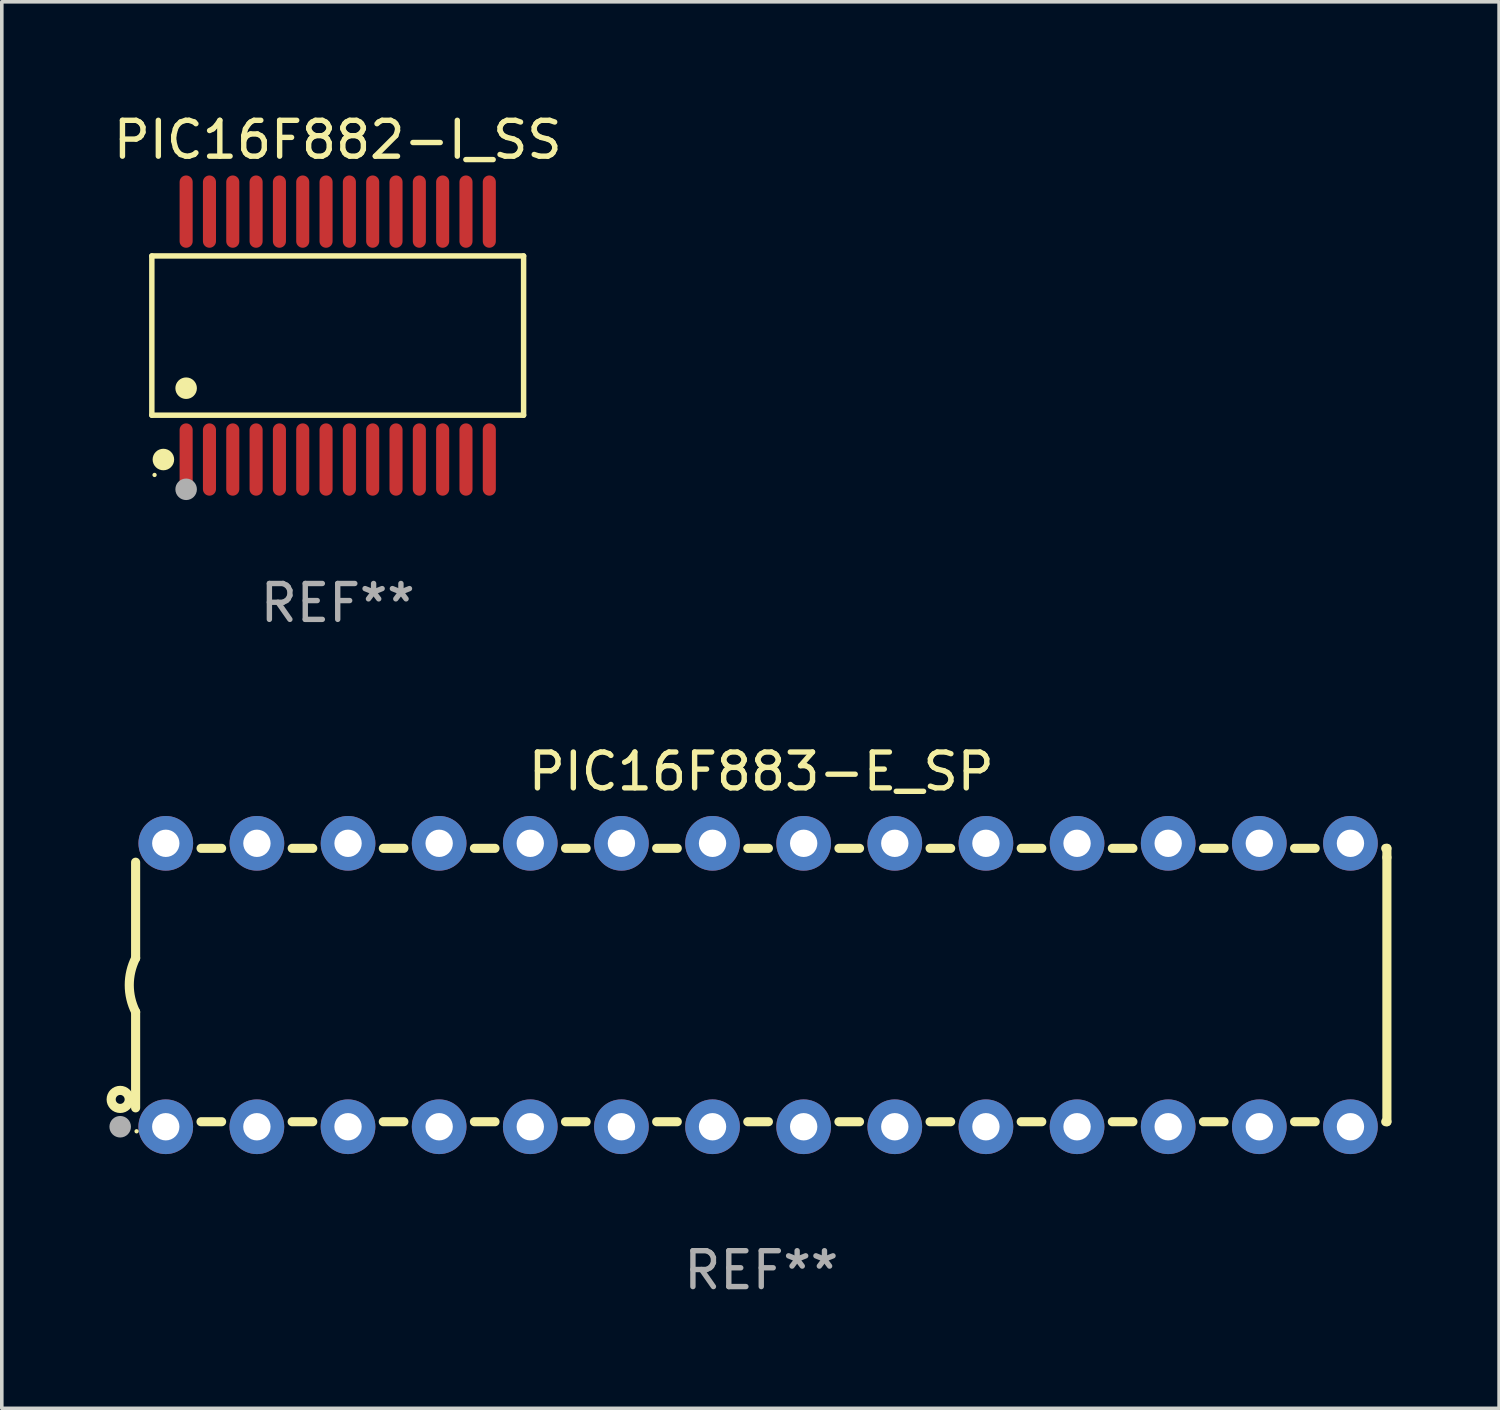
<source format=kicad_pcb>
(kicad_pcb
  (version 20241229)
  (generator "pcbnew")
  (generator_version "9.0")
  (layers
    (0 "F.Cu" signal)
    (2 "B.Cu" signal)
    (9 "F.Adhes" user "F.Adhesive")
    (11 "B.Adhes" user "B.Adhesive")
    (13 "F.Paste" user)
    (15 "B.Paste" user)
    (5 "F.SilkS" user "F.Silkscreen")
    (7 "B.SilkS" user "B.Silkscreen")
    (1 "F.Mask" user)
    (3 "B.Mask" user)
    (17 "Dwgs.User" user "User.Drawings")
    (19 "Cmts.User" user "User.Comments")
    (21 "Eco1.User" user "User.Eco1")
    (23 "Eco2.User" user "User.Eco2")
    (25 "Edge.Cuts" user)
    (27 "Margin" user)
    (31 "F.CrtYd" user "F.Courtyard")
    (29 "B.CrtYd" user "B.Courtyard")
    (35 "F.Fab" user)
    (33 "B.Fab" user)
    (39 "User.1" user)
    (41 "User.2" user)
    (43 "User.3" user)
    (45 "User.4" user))
  (footprint "PIC16F882-I_SS"
    (layer "F.Cu")
    (at 6.363 6.303)
    (property "Reference" "PIC16F882-I_SS" (at 0 -5.455 0) (layer "F.SilkS") (effects (font (size 1 1) (thickness 0.15))))
    (attr through_hole)
    (fp_line (start -5.181 -2.219) (end 5.181 -2.219) (stroke (width 0.152) (type solid)) (layer "F.SilkS"))
    (fp_line (start -5.181 2.219) (end -5.181 -2.219) (stroke (width 0.152) (type solid)) (layer "F.SilkS"))
    (fp_line (start 5.181 -2.219) (end 5.181 2.219) (stroke (width 0.152) (type solid)) (layer "F.SilkS"))
    (fp_line (start 5.181 2.219) (end -5.181 2.219) (stroke (width 0.152) (type solid)) (layer "F.SilkS"))
    (fp_circle (center -5.105 3.885) (end -5.075 3.885) (stroke (width 0.06) (type solid)) (fill no) (layer "F.SilkS"))
    (fp_circle (center -4.859 3.455) (end -4.709 3.455) (stroke (width 0.3) (type solid)) (fill no) (layer "F.SilkS"))
    (fp_circle (center -4.225 1.467) (end -4.075 1.467) (stroke (width 0.3) (type solid)) (fill no) (layer "F.SilkS"))
    (fp_circle (center -4.225 4.285) (end -4.075 4.285) (stroke (width 0.3) (type solid)) (fill no) (layer "F.Fab"))
    (fp_text user "REF**" (at 0 7.455 0) (layer "F.Fab") (effects (font (size 1 1) (thickness 0.15))))
    (pad "1" smd oval (at -4.225 3.455) (size 0.364 2.015) (layers "F.Cu" "F.Mask" "F.Paste"))
    (pad "2" smd oval (at -3.575 3.455) (size 0.364 2.015) (layers "F.Cu" "F.Mask" "F.Paste"))
    (pad "3" smd oval (at -2.925 3.455) (size 0.364 2.015) (layers "F.Cu" "F.Mask" "F.Paste"))
    (pad "4" smd oval (at -2.275 3.455) (size 0.364 2.015) (layers "F.Cu" "F.Mask" "F.Paste"))
    (pad "5" smd oval (at -1.625 3.455) (size 0.364 2.015) (layers "F.Cu" "F.Mask" "F.Paste"))
    (pad "6" smd oval (at -0.975 3.455) (size 0.364 2.015) (layers "F.Cu" "F.Mask" "F.Paste"))
    (pad "7" smd oval (at -0.325 3.455) (size 0.364 2.015) (layers "F.Cu" "F.Mask" "F.Paste"))
    (pad "8" smd oval (at 0.325 3.455) (size 0.364 2.015) (layers "F.Cu" "F.Mask" "F.Paste"))
    (pad "9" smd oval (at 0.975 3.455) (size 0.364 2.015) (layers "F.Cu" "F.Mask" "F.Paste"))
    (pad "10" smd oval (at 1.625 3.455) (size 0.364 2.015) (layers "F.Cu" "F.Mask" "F.Paste"))
    (pad "11" smd oval (at 2.275 3.455) (size 0.364 2.015) (layers "F.Cu" "F.Mask" "F.Paste"))
    (pad "12" smd oval (at 2.925 3.455) (size 0.364 2.015) (layers "F.Cu" "F.Mask" "F.Paste"))
    (pad "13" smd oval (at 3.575 3.455) (size 0.364 2.015) (layers "F.Cu" "F.Mask" "F.Paste"))
    (pad "14" smd oval (at 4.225 3.455) (size 0.364 2.015) (layers "F.Cu" "F.Mask" "F.Paste"))
    (pad "15" smd oval (at 4.225 -3.455) (size 0.364 2.015) (layers "F.Cu" "F.Mask" "F.Paste"))
    (pad "16" smd oval (at 3.575 -3.455) (size 0.364 2.015) (layers "F.Cu" "F.Mask" "F.Paste"))
    (pad "17" smd oval (at 2.925 -3.455) (size 0.364 2.015) (layers "F.Cu" "F.Mask" "F.Paste"))
    (pad "18" smd oval (at 2.275 -3.455) (size 0.364 2.015) (layers "F.Cu" "F.Mask" "F.Paste"))
    (pad "19" smd oval (at 1.625 -3.455) (size 0.364 2.015) (layers "F.Cu" "F.Mask" "F.Paste"))
    (pad "20" smd oval (at 0.975 -3.455) (size 0.364 2.015) (layers "F.Cu" "F.Mask" "F.Paste"))
    (pad "21" smd oval (at 0.325 -3.455) (size 0.364 2.015) (layers "F.Cu" "F.Mask" "F.Paste"))
    (pad "22" smd oval (at -0.325 -3.455) (size 0.364 2.015) (layers "F.Cu" "F.Mask" "F.Paste"))
    (pad "23" smd oval (at -0.975 -3.455) (size 0.364 2.015) (layers "F.Cu" "F.Mask" "F.Paste"))
    (pad "24" smd oval (at -1.625 -3.455) (size 0.364 2.015) (layers "F.Cu" "F.Mask" "F.Paste"))
    (pad "25" smd oval (at -2.275 -3.455) (size 0.364 2.015) (layers "F.Cu" "F.Mask" "F.Paste"))
    (pad "26" smd oval (at -2.925 -3.455) (size 0.364 2.015) (layers "F.Cu" "F.Mask" "F.Paste"))
    (pad "27" smd oval (at -3.575 -3.455) (size 0.364 2.015) (layers "F.Cu" "F.Mask" "F.Paste"))
    (pad "28" smd oval (at -4.225 -3.455) (size 0.364 2.015) (layers "F.Cu" "F.Mask" "F.Paste")))
  (footprint "PIC16F883-E_SP"
    (layer "F.Cu")
    (at 18.168 24.405)
    (property "Reference" "PIC16F883-E_SP" (at 0 -5.95 0) (layer "F.SilkS") (effects (font (size 1 1) (thickness 0.15))))
    (attr through_hole)
    (fp_line (start -17.438 0.75) (end -17.438 3.423) (stroke (width 0.254) (type solid)) (layer "F.SilkS"))
    (fp_line (start -17.438 -3.423) (end -17.438 -0.75) (stroke (width 0.254) (type solid)) (layer "F.SilkS"))
    (fp_line (start -15.615 3.81) (end -15.041 3.81) (stroke (width 0.254) (type solid)) (layer "F.SilkS"))
    (fp_line (start -15.041 -3.81) (end -15.614 -3.81) (stroke (width 0.254) (type solid)) (layer "F.SilkS"))
    (fp_line (start -13.075 3.81) (end -12.501 3.81) (stroke (width 0.254) (type solid)) (layer "F.SilkS"))
    (fp_line (start -12.501 -3.81) (end -13.074 -3.81) (stroke (width 0.254) (type solid)) (layer "F.SilkS"))
    (fp_line (start -10.535 3.81) (end -9.961 3.81) (stroke (width 0.254) (type solid)) (layer "F.SilkS"))
    (fp_line (start -9.961 -3.81) (end -10.534 -3.81) (stroke (width 0.254) (type solid)) (layer "F.SilkS"))
    (fp_line (start -7.995 3.81) (end -7.421 3.81) (stroke (width 0.254) (type solid)) (layer "F.SilkS"))
    (fp_line (start -7.421 -3.81) (end -7.995 -3.81) (stroke (width 0.254) (type solid)) (layer "F.SilkS"))
    (fp_line (start -5.455 3.81) (end -4.881 3.81) (stroke (width 0.254) (type solid)) (layer "F.SilkS"))
    (fp_line (start -4.881 -3.81) (end -5.455 -3.81) (stroke (width 0.254) (type solid)) (layer "F.SilkS"))
    (fp_line (start -2.915 3.81) (end -2.341 3.81) (stroke (width 0.254) (type solid)) (layer "F.SilkS"))
    (fp_line (start -2.341 -3.81) (end -2.915 -3.81) (stroke (width 0.254) (type solid)) (layer "F.SilkS"))
    (fp_line (start -0.375 3.81) (end 0.199 3.81) (stroke (width 0.254) (type solid)) (layer "F.SilkS"))
    (fp_line (start 0.199 -3.81) (end -0.375 -3.81) (stroke (width 0.254) (type solid)) (layer "F.SilkS"))
    (fp_line (start 2.165 3.81) (end 2.739 3.81) (stroke (width 0.254) (type solid)) (layer "F.SilkS"))
    (fp_line (start 2.739 -3.81) (end 2.165 -3.81) (stroke (width 0.254) (type solid)) (layer "F.SilkS"))
    (fp_line (start 4.705 3.81) (end 5.279 3.81) (stroke (width 0.254) (type solid)) (layer "F.SilkS"))
    (fp_line (start 5.279 -3.81) (end 4.705 -3.81) (stroke (width 0.254) (type solid)) (layer "F.SilkS"))
    (fp_line (start 7.245 3.81) (end 7.819 3.81) (stroke (width 0.254) (type solid)) (layer "F.SilkS"))
    (fp_line (start 7.819 -3.81) (end 7.245 -3.81) (stroke (width 0.254) (type solid)) (layer "F.SilkS"))
    (fp_line (start 9.785 3.81) (end 10.359 3.81) (stroke (width 0.254) (type solid)) (layer "F.SilkS"))
    (fp_line (start 10.359 -3.81) (end 9.785 -3.81) (stroke (width 0.254) (type solid)) (layer "F.SilkS"))
    (fp_line (start 12.325 3.81) (end 12.899 3.81) (stroke (width 0.254) (type solid)) (layer "F.SilkS"))
    (fp_line (start 12.899 -3.81) (end 12.325 -3.81) (stroke (width 0.254) (type solid)) (layer "F.SilkS"))
    (fp_line (start 14.865 3.81) (end 15.439 3.81) (stroke (width 0.254) (type solid)) (layer "F.SilkS"))
    (fp_line (start 15.439 -3.81) (end 14.865 -3.81) (stroke (width 0.254) (type solid)) (layer "F.SilkS"))
    (fp_line (start 17.405 3.81) (end 17.438 3.81) (stroke (width 0.254) (type solid)) (layer "F.SilkS"))
    (fp_line (start 17.438 -3.81) (end 17.405 -3.81) (stroke (width 0.254) (type solid)) (layer "F.SilkS"))
    (fp_line (start 17.438 -3.556) (end 17.438 -3.81) (stroke (width 0.254) (type solid)) (layer "F.SilkS"))
    (fp_line (start 17.438 3.81) (end 17.438 -3.556) (stroke (width 0.254) (type solid)) (layer "F.SilkS"))
    (fp_arc (start -17.437986 0.749657) (mid -17.614887 -0.000024) (end -17.437783 -0.749657) (stroke (width 0.254001) (type solid)) (layer "F.SilkS"))
    (fp_circle (center -17.868 3.188) (end -17.743 3.188) (stroke (width 0.254) (type solid)) (fill no) (layer "F.SilkS"))
    (fp_circle (center -17.411 4.077) (end -17.381 4.077) (stroke (width 0.06) (type solid)) (fill no) (layer "F.SilkS"))
    (fp_circle (center -17.868 3.95) (end -17.718 3.95) (stroke (width 0.3) (type solid)) (fill no) (layer "F.Fab"))
    (fp_text user "REF**" (at 0 7.95 0) (layer "F.Fab") (effects (font (size 1 1) (thickness 0.15))))
    (pad "1" thru_hole circle (at -16.598 3.95) (size 1.524 1.524) (drill 0.762) (layers "*.Cu" "*.Mask"))
    (pad "2" thru_hole circle (at -14.058 3.95) (size 1.524 1.524) (drill 0.762) (layers "*.Cu" "*.Mask"))
    (pad "3" thru_hole circle (at -11.518 3.95) (size 1.524 1.524) (drill 0.762) (layers "*.Cu" "*.Mask"))
    (pad "4" thru_hole circle (at -8.978 3.95) (size 1.524 1.524) (drill 0.762) (layers "*.Cu" "*.Mask"))
    (pad "5" thru_hole circle (at -6.438 3.95) (size 1.524 1.524) (drill 0.762) (layers "*.Cu" "*.Mask"))
    (pad "6" thru_hole circle (at -3.898 3.95) (size 1.524 1.524) (drill 0.762) (layers "*.Cu" "*.Mask"))
    (pad "7" thru_hole circle (at -1.358 3.95) (size 1.524 1.524) (drill 0.762) (layers "*.Cu" "*.Mask"))
    (pad "8" thru_hole circle (at 1.182 3.95) (size 1.524 1.524) (drill 0.762) (layers "*.Cu" "*.Mask"))
    (pad "9" thru_hole circle (at 3.722 3.95) (size 1.524 1.524) (drill 0.762) (layers "*.Cu" "*.Mask"))
    (pad "10" thru_hole circle (at 6.262 3.95) (size 1.524 1.524) (drill 0.762) (layers "*.Cu" "*.Mask"))
    (pad "11" thru_hole circle (at 8.802 3.95) (size 1.524 1.524) (drill 0.762) (layers "*.Cu" "*.Mask"))
    (pad "12" thru_hole circle (at 11.342 3.95) (size 1.524 1.524) (drill 0.762) (layers "*.Cu" "*.Mask"))
    (pad "13" thru_hole circle (at 13.882 3.95) (size 1.524 1.524) (drill 0.762) (layers "*.Cu" "*.Mask"))
    (pad "14" thru_hole circle (at 16.422 3.95) (size 1.524 1.524) (drill 0.762) (layers "*.Cu" "*.Mask"))
    (pad "15" thru_hole circle (at 16.422 -3.95) (size 1.524 1.524) (drill 0.762) (layers "*.Cu" "*.Mask"))
    (pad "16" thru_hole circle (at 13.882 -3.95) (size 1.524 1.524) (drill 0.762) (layers "*.Cu" "*.Mask"))
    (pad "17" thru_hole circle (at 11.342 -3.95) (size 1.524 1.524) (drill 0.762) (layers "*.Cu" "*.Mask"))
    (pad "18" thru_hole circle (at 8.802 -3.95) (size 1.524 1.524) (drill 0.762) (layers "*.Cu" "*.Mask"))
    (pad "19" thru_hole circle (at 6.262 -3.95) (size 1.524 1.524) (drill 0.762) (layers "*.Cu" "*.Mask"))
    (pad "20" thru_hole circle (at 3.722 -3.95) (size 1.524 1.524) (drill 0.762) (layers "*.Cu" "*.Mask"))
    (pad "21" thru_hole circle (at 1.182 -3.95) (size 1.524 1.524) (drill 0.762) (layers "*.Cu" "*.Mask"))
    (pad "22" thru_hole circle (at -1.358 -3.95) (size 1.524 1.524) (drill 0.762) (layers "*.Cu" "*.Mask"))
    (pad "23" thru_hole circle (at -3.898 -3.95) (size 1.524 1.524) (drill 0.762) (layers "*.Cu" "*.Mask"))
    (pad "24" thru_hole circle (at -6.438 -3.95) (size 1.524 1.524) (drill 0.762) (layers "*.Cu" "*.Mask"))
    (pad "25" thru_hole circle (at -8.978 -3.95) (size 1.524 1.524) (drill 0.762) (layers "*.Cu" "*.Mask"))
    (pad "26" thru_hole circle (at -11.517 -3.95) (size 1.524 1.524) (drill 0.762) (layers "*.Cu" "*.Mask"))
    (pad "27" thru_hole circle (at -14.057 -3.95) (size 1.524 1.524) (drill 0.762) (layers "*.Cu" "*.Mask"))
    (pad "28" thru_hole circle (at -16.597 -3.95) (size 1.524 1.524) (drill 0.762) (layers "*.Cu" "*.Mask")))
  (gr_rect
    (start -3 -3)
    (end 38.733 36.203)
    (stroke (width 0.1) (type default))
    (fill no)
    (layer "Edge.Cuts")))
</source>
